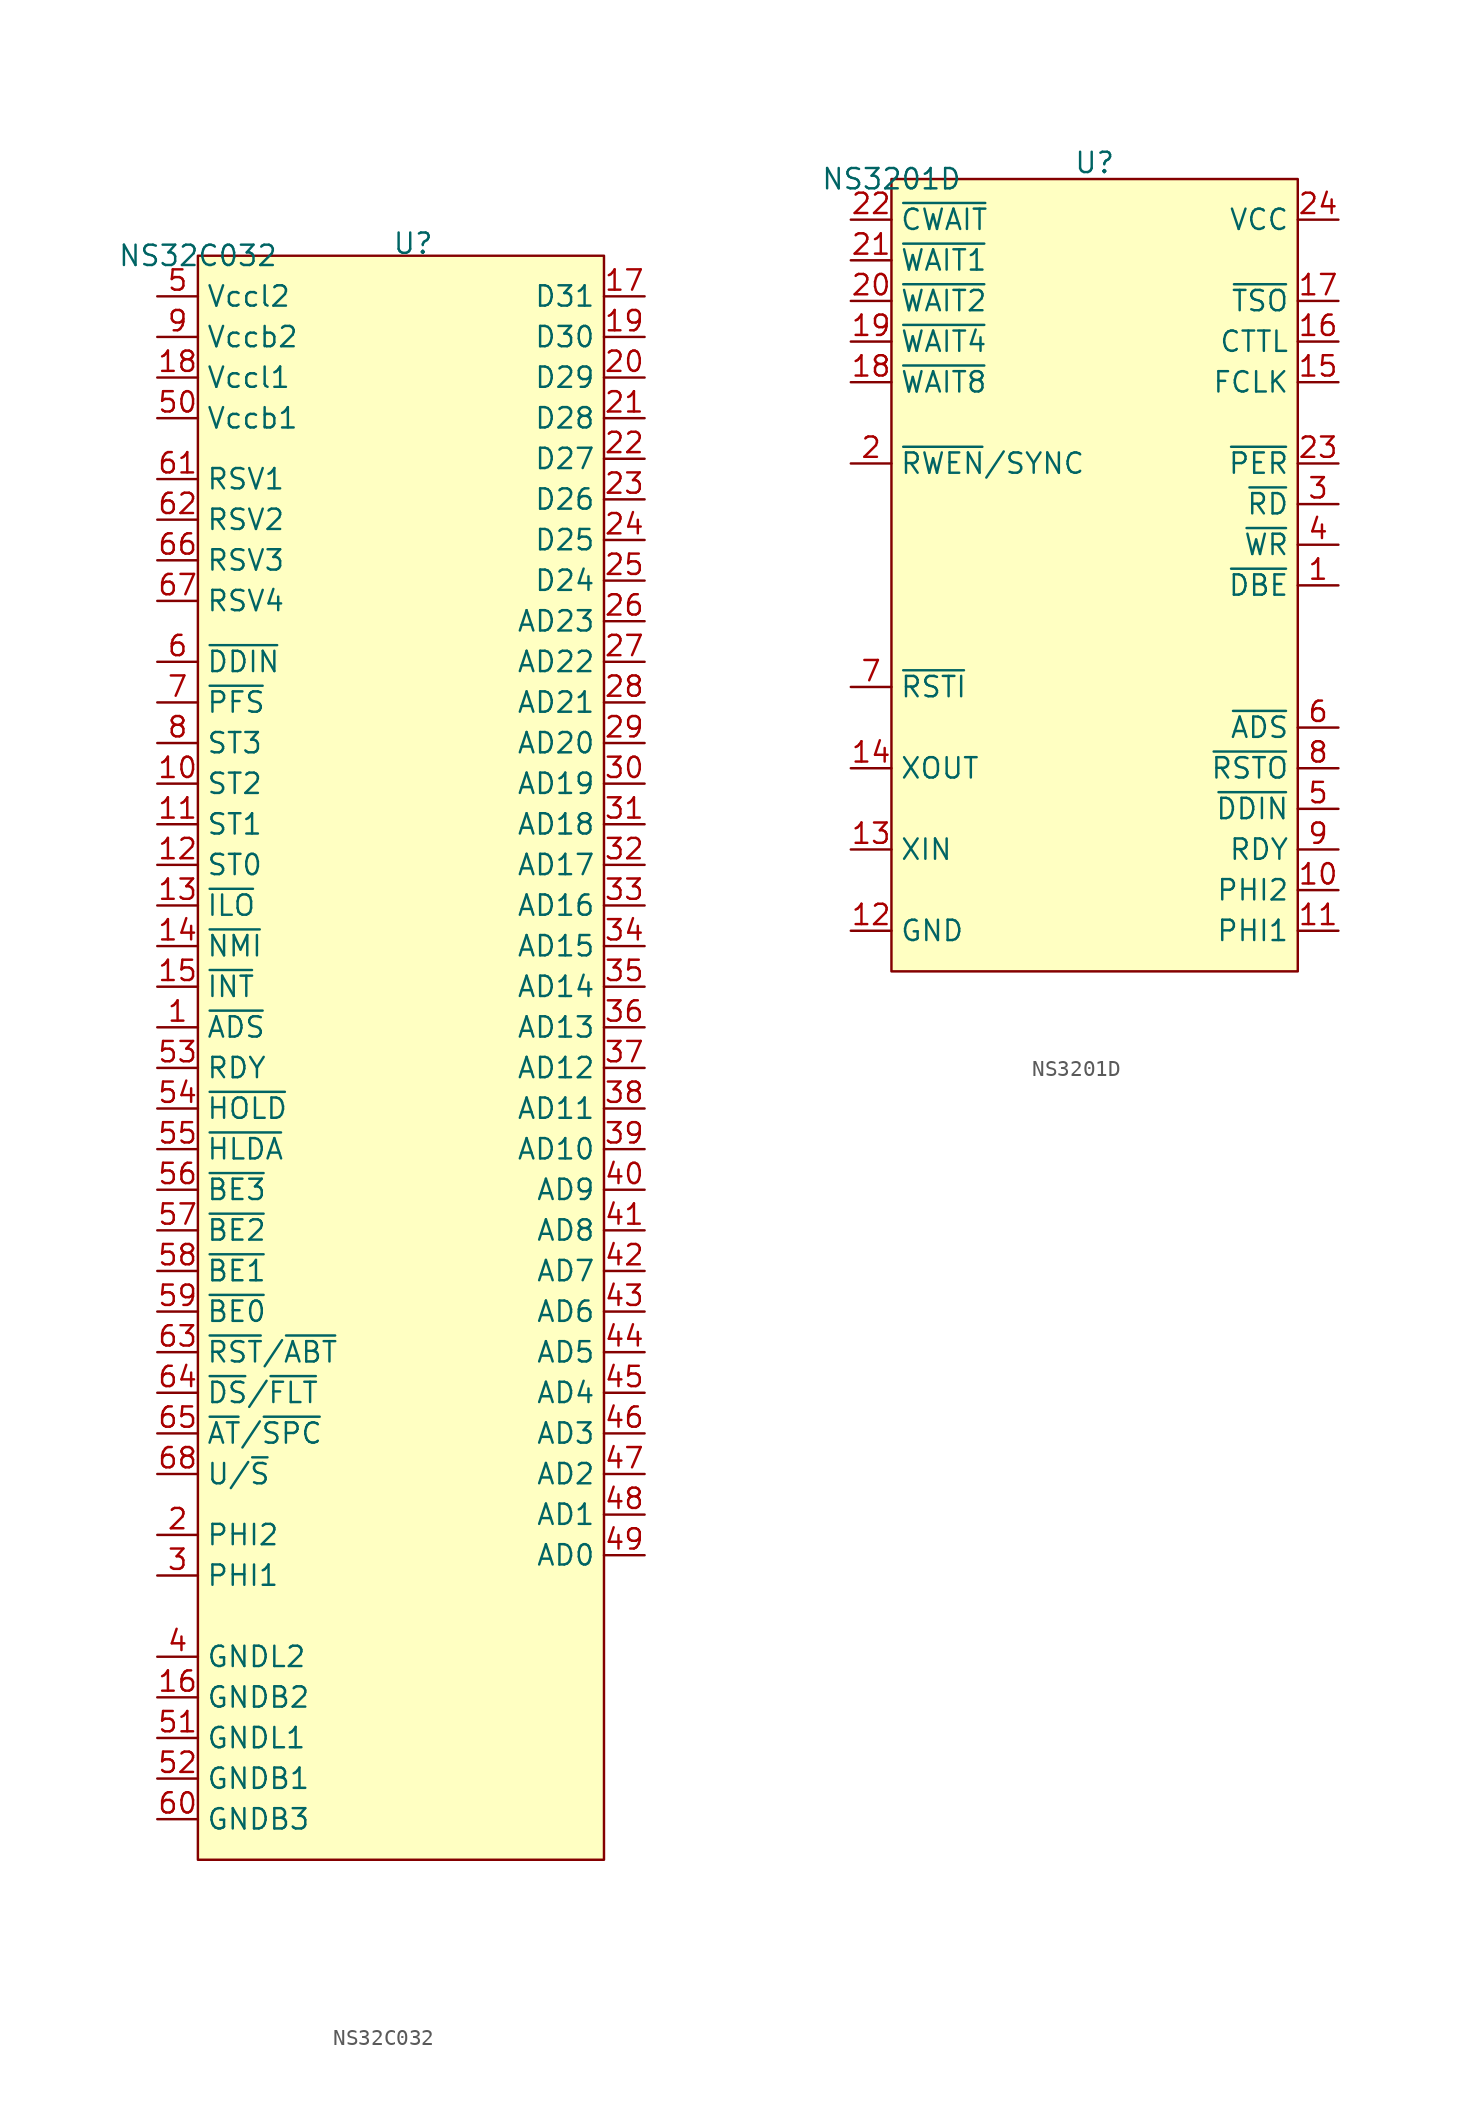
<source format=kicad_sym>
(kicad_symbol_lib
  (version 20241209)
  (generator "kicad_symbol_editor")
  (generator_version "9.0")
  (symbol "NS32C032"
    (property "Reference" "U"
      (at 13.462 0.762 0)
      (effects (font (size 1.27 1.27))))
    (property "Value" "NS32C032"
      (at 0 0 0)
      (effects (font (size 1.27 1.27))))
    (symbol "NS32C032_1_1"
      (rectangle (start 0 0) (end 25.4 -100.33) (stroke (width 0) (type solid)) (fill (type background)))
      (pin power_in line (at -2.54 -2.54 0) (length 2.54) (name "Vccl2" (effects (font (size 1.27 1.27)))) (number "5" (effects (font (size 1.27 1.27)))))
      (pin power_in line (at -2.54 -5.08 0) (length 2.54) (name "Vccb2" (effects (font (size 1.27 1.27)))) (number "9" (effects (font (size 1.27 1.27)))))
      (pin power_in line (at -2.54 -7.62 0) (length 2.54) (name "Vccl1" (effects (font (size 1.27 1.27)))) (number "18" (effects (font (size 1.27 1.27)))))
      (pin power_in line (at -2.54 -10.16 0) (length 2.54) (name "Vccb1" (effects (font (size 1.27 1.27)))) (number "50" (effects (font (size 1.27 1.27)))))
      (pin input line (at -2.54 -13.97 0) (length 2.54) (name "RSV1" (effects (font (size 1.27 1.27)))) (number "61" (effects (font (size 1.27 1.27)))))
      (pin unspecified line (at -2.54 -16.51 0) (length 2.54) (name "RSV2" (effects (font (size 1.27 1.27)))) (number "62" (effects (font (size 1.27 1.27)))))
      (pin unspecified line (at -2.54 -19.05 0) (length 2.54) (name "RSV3" (effects (font (size 1.27 1.27)))) (number "66" (effects (font (size 1.27 1.27)))))
      (pin unspecified line (at -2.54 -21.59 0) (length 2.54) (name "RSV4" (effects (font (size 1.27 1.27)))) (number "67" (effects (font (size 1.27 1.27)))))
      (pin output line (at -2.54 -25.4 0) (length 2.54) (name "~{DDIN}" (effects (font (size 1.27 1.27)))) (number "6" (effects (font (size 1.27 1.27)))))
      (pin output line (at -2.54 -27.94 0) (length 2.54) (name "~{PFS}" (effects (font (size 1.27 1.27)))) (number "7" (effects (font (size 1.27 1.27)))))
      (pin output line (at -2.54 -30.48 0) (length 2.54) (name "ST3" (effects (font (size 1.27 1.27)))) (number "8" (effects (font (size 1.27 1.27)))))
      (pin output line (at -2.54 -33.02 0) (length 2.54) (name "ST2" (effects (font (size 1.27 1.27)))) (number "10" (effects (font (size 1.27 1.27)))))
      (pin output line (at -2.54 -35.56 0) (length 2.54) (name "ST1" (effects (font (size 1.27 1.27)))) (number "11" (effects (font (size 1.27 1.27)))))
      (pin output line (at -2.54 -38.1 0) (length 2.54) (name "ST0" (effects (font (size 1.27 1.27)))) (number "12" (effects (font (size 1.27 1.27)))))
      (pin output line (at -2.54 -40.64 0) (length 2.54) (name "~{ILO}" (effects (font (size 1.27 1.27)))) (number "13" (effects (font (size 1.27 1.27)))))
      (pin input line (at -2.54 -43.18 0) (length 2.54) (name "~{NMI}" (effects (font (size 1.27 1.27)))) (number "14" (effects (font (size 1.27 1.27)))))
      (pin input line (at -2.54 -45.72 0) (length 2.54) (name "~{INT}" (effects (font (size 1.27 1.27)))) (number "15" (effects (font (size 1.27 1.27)))))
      (pin output line (at -2.54 -48.26 0) (length 2.54) (name "~{ADS}" (effects (font (size 1.27 1.27)))) (number "1" (effects (font (size 1.27 1.27)))))
      (pin input line (at -2.54 -50.8 0) (length 2.54) (name "RDY" (effects (font (size 1.27 1.27)))) (number "53" (effects (font (size 1.27 1.27)))))
      (pin input line (at -2.54 -53.34 0) (length 2.54) (name "~{HOLD}" (effects (font (size 1.27 1.27)))) (number "54" (effects (font (size 1.27 1.27)))))
      (pin output line (at -2.54 -55.88 0) (length 2.54) (name "~{HLDA}" (effects (font (size 1.27 1.27)))) (number "55" (effects (font (size 1.27 1.27)))))
      (pin output line (at -2.54 -58.42 0) (length 2.54) (name "~{BE3}" (effects (font (size 1.27 1.27)))) (number "56" (effects (font (size 1.27 1.27)))))
      (pin output line (at -2.54 -60.96 0) (length 2.54) (name "~{BE2}" (effects (font (size 1.27 1.27)))) (number "57" (effects (font (size 1.27 1.27)))))
      (pin output line (at -2.54 -63.5 0) (length 2.54) (name "~{BE1}" (effects (font (size 1.27 1.27)))) (number "58" (effects (font (size 1.27 1.27)))))
      (pin output line (at -2.54 -66.04 0) (length 2.54) (name "~{BE0}" (effects (font (size 1.27 1.27)))) (number "59" (effects (font (size 1.27 1.27)))))
      (pin input line (at -2.54 -68.58 0) (length 2.54) (name "~{RST}/~{ABT}" (effects (font (size 1.27 1.27)))) (number "63" (effects (font (size 1.27 1.27)))))
      (pin output line (at -2.54 -71.12 0) (length 2.54) (name "~{DS}/~{FLT}" (effects (font (size 1.27 1.27)))) (number "64" (effects (font (size 1.27 1.27)))))
      (pin output line (at -2.54 -73.66 0) (length 2.54) (name "~{AT}/~{SPC}" (effects (font (size 1.27 1.27)))) (number "65" (effects (font (size 1.27 1.27)))))
      (pin output line (at -2.54 -76.2 0) (length 2.54) (name "U/~{S}" (effects (font (size 1.27 1.27)))) (number "68" (effects (font (size 1.27 1.27)))))
      (pin input line (at -2.54 -80.01 0) (length 2.54) (name "PHI2" (effects (font (size 1.27 1.27)))) (number "2" (effects (font (size 1.27 1.27)))))
      (pin input line (at -2.54 -82.55 0) (length 2.54) (name "PHI1" (effects (font (size 1.27 1.27)))) (number "3" (effects (font (size 1.27 1.27)))))
      (pin power_in line (at -2.54 -87.63 0) (length 2.54) (name "GNDL2" (effects (font (size 1.27 1.27)))) (number "4" (effects (font (size 1.27 1.27)))))
      (pin power_in line (at -2.54 -90.17 0) (length 2.54) (name "GNDB2" (effects (font (size 1.27 1.27)))) (number "16" (effects (font (size 1.27 1.27)))))
      (pin power_in line (at -2.54 -92.71 0) (length 2.54) (name "GNDL1" (effects (font (size 1.27 1.27)))) (number "51" (effects (font (size 1.27 1.27)))))
      (pin power_in line (at -2.54 -95.25 0) (length 2.54) (name "GNDB1" (effects (font (size 1.27 1.27)))) (number "52" (effects (font (size 1.27 1.27)))))
      (pin power_in line (at -2.54 -97.79 0) (length 2.54) (name "GNDB3" (effects (font (size 1.27 1.27)))) (number "60" (effects (font (size 1.27 1.27)))))
      (pin bidirectional line (at 27.94 -2.54 180) (length 2.54) (name "D31" (effects (font (size 1.27 1.27)))) (number "17" (effects (font (size 1.27 1.27)))))
      (pin bidirectional line (at 27.94 -5.08 180) (length 2.54) (name "D30" (effects (font (size 1.27 1.27)))) (number "19" (effects (font (size 1.27 1.27)))))
      (pin bidirectional line (at 27.94 -7.62 180) (length 2.54) (name "D29" (effects (font (size 1.27 1.27)))) (number "20" (effects (font (size 1.27 1.27)))))
      (pin bidirectional line (at 27.94 -10.16 180) (length 2.54) (name "D28" (effects (font (size 1.27 1.27)))) (number "21" (effects (font (size 1.27 1.27)))))
      (pin bidirectional line (at 27.94 -12.7 180) (length 2.54) (name "D27" (effects (font (size 1.27 1.27)))) (number "22" (effects (font (size 1.27 1.27)))))
      (pin bidirectional line (at 27.94 -15.24 180) (length 2.54) (name "D26" (effects (font (size 1.27 1.27)))) (number "23" (effects (font (size 1.27 1.27)))))
      (pin bidirectional line (at 27.94 -17.78 180) (length 2.54) (name "D25" (effects (font (size 1.27 1.27)))) (number "24" (effects (font (size 1.27 1.27)))))
      (pin bidirectional line (at 27.94 -20.32 180) (length 2.54) (name "D24" (effects (font (size 1.27 1.27)))) (number "25" (effects (font (size 1.27 1.27)))))
      (pin bidirectional line (at 27.94 -22.86 180) (length 2.54) (name "AD23" (effects (font (size 1.27 1.27)))) (number "26" (effects (font (size 1.27 1.27)))))
      (pin bidirectional line (at 27.94 -25.4 180) (length 2.54) (name "AD22" (effects (font (size 1.27 1.27)))) (number "27" (effects (font (size 1.27 1.27)))))
      (pin bidirectional line (at 27.94 -27.94 180) (length 2.54) (name "AD21" (effects (font (size 1.27 1.27)))) (number "28" (effects (font (size 1.27 1.27)))))
      (pin bidirectional line (at 27.94 -30.48 180) (length 2.54) (name "AD20" (effects (font (size 1.27 1.27)))) (number "29" (effects (font (size 1.27 1.27)))))
      (pin bidirectional line (at 27.94 -33.02 180) (length 2.54) (name "AD19" (effects (font (size 1.27 1.27)))) (number "30" (effects (font (size 1.27 1.27)))))
      (pin bidirectional line (at 27.94 -35.56 180) (length 2.54) (name "AD18" (effects (font (size 1.27 1.27)))) (number "31" (effects (font (size 1.27 1.27)))))
      (pin bidirectional line (at 27.94 -38.1 180) (length 2.54) (name "AD17" (effects (font (size 1.27 1.27)))) (number "32" (effects (font (size 1.27 1.27)))))
      (pin bidirectional line (at 27.94 -40.64 180) (length 2.54) (name "AD16" (effects (font (size 1.27 1.27)))) (number "33" (effects (font (size 1.27 1.27)))))
      (pin bidirectional line (at 27.94 -43.18 180) (length 2.54) (name "AD15" (effects (font (size 1.27 1.27)))) (number "34" (effects (font (size 1.27 1.27)))))
      (pin bidirectional line (at 27.94 -45.72 180) (length 2.54) (name "AD14" (effects (font (size 1.27 1.27)))) (number "35" (effects (font (size 1.27 1.27)))))
      (pin bidirectional line (at 27.94 -48.26 180) (length 2.54) (name "AD13" (effects (font (size 1.27 1.27)))) (number "36" (effects (font (size 1.27 1.27)))))
      (pin bidirectional line (at 27.94 -50.8 180) (length 2.54) (name "AD12" (effects (font (size 1.27 1.27)))) (number "37" (effects (font (size 1.27 1.27)))))
      (pin bidirectional line (at 27.94 -53.34 180) (length 2.54) (name "AD11" (effects (font (size 1.27 1.27)))) (number "38" (effects (font (size 1.27 1.27)))))
      (pin bidirectional line (at 27.94 -55.88 180) (length 2.54) (name "AD10" (effects (font (size 1.27 1.27)))) (number "39" (effects (font (size 1.27 1.27)))))
      (pin bidirectional line (at 27.94 -58.42 180) (length 2.54) (name "AD9" (effects (font (size 1.27 1.27)))) (number "40" (effects (font (size 1.27 1.27)))))
      (pin bidirectional line (at 27.94 -60.96 180) (length 2.54) (name "AD8" (effects (font (size 1.27 1.27)))) (number "41" (effects (font (size 1.27 1.27)))))
      (pin bidirectional line (at 27.94 -63.5 180) (length 2.54) (name "AD7" (effects (font (size 1.27 1.27)))) (number "42" (effects (font (size 1.27 1.27)))))
      (pin bidirectional line (at 27.94 -66.04 180) (length 2.54) (name "AD6" (effects (font (size 1.27 1.27)))) (number "43" (effects (font (size 1.27 1.27)))))
      (pin bidirectional line (at 27.94 -68.58 180) (length 2.54) (name "AD5" (effects (font (size 1.27 1.27)))) (number "44" (effects (font (size 1.27 1.27)))))
      (pin bidirectional line (at 27.94 -71.12 180) (length 2.54) (name "AD4" (effects (font (size 1.27 1.27)))) (number "45" (effects (font (size 1.27 1.27)))))
      (pin bidirectional line (at 27.94 -73.66 180) (length 2.54) (name "AD3" (effects (font (size 1.27 1.27)))) (number "46" (effects (font (size 1.27 1.27)))))
      (pin bidirectional line (at 27.94 -76.2 180) (length 2.54) (name "AD2" (effects (font (size 1.27 1.27)))) (number "47" (effects (font (size 1.27 1.27)))))
      (pin bidirectional line (at 27.94 -78.74 180) (length 2.54) (name "AD1" (effects (font (size 1.27 1.27)))) (number "48" (effects (font (size 1.27 1.27)))))
      (pin bidirectional line (at 27.94 -81.28 180) (length 2.54) (name "AD0" (effects (font (size 1.27 1.27)))) (number "49" (effects (font (size 1.27 1.27)))))))
  (symbol "NS3201D "
    (property "Reference" "U"
      (at 12.7 1.016 0)
      (effects (font (size 1.27 1.27))))
    (property "Value" "NS3201D"
      (at 0 0 0)
      (effects (font (size 1.27 1.27))))
    (symbol "NS3201D _1_1"
      (rectangle (start 0 0) (end 25.4 -49.53) (stroke (width 0) (type solid)) (fill (type background)))
      (pin input line (at -2.54 -2.54 0) (length 2.54) (name "~{CWAIT}" (effects (font (size 1.27 1.27)))) (number "22" (effects (font (size 1.27 1.27)))))
      (pin input line (at -2.54 -5.08 0) (length 2.54) (name "~{WAIT1}" (effects (font (size 1.27 1.27)))) (number "21" (effects (font (size 1.27 1.27)))))
      (pin input line (at -2.54 -7.62 0) (length 2.54) (name "~{WAIT2}" (effects (font (size 1.27 1.27)))) (number "20" (effects (font (size 1.27 1.27)))))
      (pin input line (at -2.54 -10.16 0) (length 2.54) (name "~{WAIT4}" (effects (font (size 1.27 1.27)))) (number "19" (effects (font (size 1.27 1.27)))))
      (pin input line (at -2.54 -12.7 0) (length 2.54) (name "~{WAIT8}" (effects (font (size 1.27 1.27)))) (number "18" (effects (font (size 1.27 1.27)))))
      (pin input line (at -2.54 -17.78 0) (length 2.54) (name "~{RWEN}/SYNC" (effects (font (size 1.27 1.27)))) (number "2" (effects (font (size 1.27 1.27)))))
      (pin input line (at -2.54 -31.75 0) (length 2.54) (name "~{RSTI}" (effects (font (size 1.27 1.27)))) (number "7" (effects (font (size 1.27 1.27)))))
      (pin output line (at -2.54 -36.83 0) (length 2.54) (name "XOUT" (effects (font (size 1.27 1.27)))) (number "14" (effects (font (size 1.27 1.27)))))
      (pin input line (at -2.54 -41.91 0) (length 2.54) (name "XIN" (effects (font (size 1.27 1.27)))) (number "13" (effects (font (size 1.27 1.27)))))
      (pin power_in line (at -2.54 -46.99 0) (length 2.54) (name "GND" (effects (font (size 1.27 1.27)))) (number "12" (effects (font (size 1.27 1.27)))))
      (pin power_in line (at 27.94 -2.54 180) (length 2.54) (name "VCC" (effects (font (size 1.27 1.27)))) (number "24" (effects (font (size 1.27 1.27)))))
      (pin output line (at 27.94 -7.62 180) (length 2.54) (name "~{TSO}" (effects (font (size 1.27 1.27)))) (number "17" (effects (font (size 1.27 1.27)))))
      (pin output line (at 27.94 -10.16 180) (length 2.54) (name "CTTL" (effects (font (size 1.27 1.27)))) (number "16" (effects (font (size 1.27 1.27)))))
      (pin output line (at 27.94 -12.7 180) (length 2.54) (name "FCLK" (effects (font (size 1.27 1.27)))) (number "15" (effects (font (size 1.27 1.27)))))
      (pin input line (at 27.94 -17.78 180) (length 2.54) (name "~{PER}" (effects (font (size 1.27 1.27)))) (number "23" (effects (font (size 1.27 1.27)))))
      (pin output line (at 27.94 -20.32 180) (length 2.54) (name "~{RD}" (effects (font (size 1.27 1.27)))) (number "3" (effects (font (size 1.27 1.27)))))
      (pin output line (at 27.94 -22.86 180) (length 2.54) (name "~{WR}" (effects (font (size 1.27 1.27)))) (number "4" (effects (font (size 1.27 1.27)))))
      (pin output line (at 27.94 -25.4 180) (length 2.54) (name "~{DBE}" (effects (font (size 1.27 1.27)))) (number "1" (effects (font (size 1.27 1.27)))))
      (pin input line (at 27.94 -34.29 180) (length 2.54) (name "~{ADS}" (effects (font (size 1.27 1.27)))) (number "6" (effects (font (size 1.27 1.27)))))
      (pin output line (at 27.94 -36.83 180) (length 2.54) (name "~{RSTO}" (effects (font (size 1.27 1.27)))) (number "8" (effects (font (size 1.27 1.27)))))
      (pin input line (at 27.94 -39.37 180) (length 2.54) (name "~{DDIN}" (effects (font (size 1.27 1.27)))) (number "5" (effects (font (size 1.27 1.27)))))
      (pin output line (at 27.94 -41.91 180) (length 2.54) (name "RDY" (effects (font (size 1.27 1.27)))) (number "9" (effects (font (size 1.27 1.27)))))
      (pin output line (at 27.94 -44.45 180) (length 2.54) (name "PHI2" (effects (font (size 1.27 1.27)))) (number "10" (effects (font (size 1.27 1.27)))))
      (pin output line (at 27.94 -46.99 180) (length 2.54) (name "PHI1" (effects (font (size 1.27 1.27)))) (number "11" (effects (font (size 1.27 1.27))))))))
</source>
